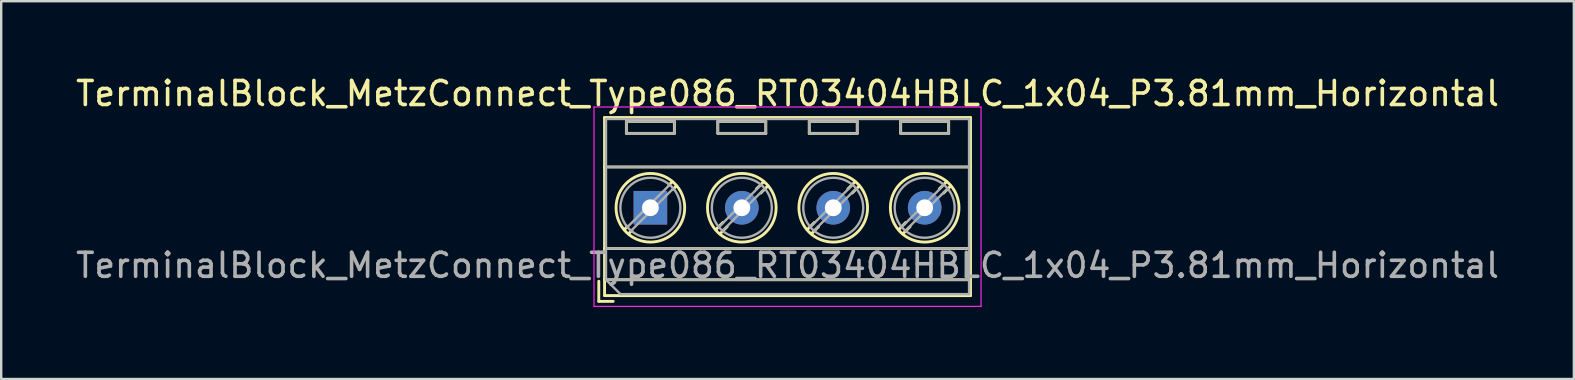
<source format=kicad_pcb>
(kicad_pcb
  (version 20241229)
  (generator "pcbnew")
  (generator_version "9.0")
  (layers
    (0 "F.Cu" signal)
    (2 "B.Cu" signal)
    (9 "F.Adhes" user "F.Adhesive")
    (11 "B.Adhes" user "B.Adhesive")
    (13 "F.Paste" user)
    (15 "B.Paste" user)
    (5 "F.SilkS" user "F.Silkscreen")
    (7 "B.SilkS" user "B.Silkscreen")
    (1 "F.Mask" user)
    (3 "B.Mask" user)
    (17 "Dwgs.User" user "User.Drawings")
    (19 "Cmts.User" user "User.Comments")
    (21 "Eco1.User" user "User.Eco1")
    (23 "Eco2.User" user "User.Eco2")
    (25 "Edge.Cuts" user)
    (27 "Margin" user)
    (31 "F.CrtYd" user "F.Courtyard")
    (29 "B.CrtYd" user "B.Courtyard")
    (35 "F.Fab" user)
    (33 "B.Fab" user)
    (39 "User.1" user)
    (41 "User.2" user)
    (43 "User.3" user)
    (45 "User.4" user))
  (footprint "TerminalBlock_MetzConnect_Type086_RT03404HBLC_1x04_P3.81mm_Horizontal"
    (layer "F.Cu")
    (at 24.053 5.608)
    (property "Reference" "TerminalBlock_MetzConnect_Type086_RT03404HBLC_1x04_P3.81mm_Horizontal" (at 5.715 -4.76 0) (layer "F.SilkS") (effects (font (size 1 1) (thickness 0.15))))
    (attr through_hole)
    (fp_line (start -2.15 3.06) (end -2.15 3.9) (stroke (width 0.12) (type solid)) (layer "F.SilkS"))
    (fp_line (start -2.15 3.9) (end -1.55 3.9) (stroke (width 0.12) (type solid)) (layer "F.SilkS"))
    (fp_line (start -1.91 -3.76) (end -1.91 3.66) (stroke (width 0.12) (type solid)) (layer "F.SilkS"))
    (fp_line (start -1.91 -3.76) (end 13.34 -3.76) (stroke (width 0.12) (type solid)) (layer "F.SilkS"))
    (fp_line (start -1.91 -1.7) (end 13.34 -1.7) (stroke (width 0.12) (type solid)) (layer "F.SilkS"))
    (fp_line (start -1.91 1.701) (end 13.34 1.701) (stroke (width 0.12) (type solid)) (layer "F.SilkS"))
    (fp_line (start -1.91 3) (end 13.34 3) (stroke (width 0.12) (type solid)) (layer "F.SilkS"))
    (fp_line (start -1.91 3.66) (end 13.34 3.66) (stroke (width 0.12) (type solid)) (layer "F.SilkS"))
    (fp_line (start -1 -3.6) (end -1 -3.1) (stroke (width 0.12) (type solid)) (layer "F.SilkS"))
    (fp_line (start -1 -3.6) (end 1 -3.6) (stroke (width 0.12) (type solid)) (layer "F.SilkS"))
    (fp_line (start -1 -3.1) (end 1 -3.1) (stroke (width 0.12) (type solid)) (layer "F.SilkS"))
    (fp_line (start -0.946 0.771) (end -1.085 0.91) (stroke (width 0.12) (type solid)) (layer "F.SilkS"))
    (fp_line (start -0.771 0.945) (end -0.911 1.085) (stroke (width 0.12) (type solid)) (layer "F.SilkS"))
    (fp_line (start 0.911 -1.085) (end 0.771 -0.945) (stroke (width 0.12) (type solid)) (layer "F.SilkS"))
    (fp_line (start 1 -3.6) (end 1 -3.1) (stroke (width 0.12) (type solid)) (layer "F.SilkS"))
    (fp_line (start 1.085 -0.91) (end 0.945 -0.771) (stroke (width 0.12) (type solid)) (layer "F.SilkS"))
    (fp_line (start 2.81 -3.6) (end 2.81 -3.1) (stroke (width 0.12) (type solid)) (layer "F.SilkS"))
    (fp_line (start 2.81 -3.6) (end 4.81 -3.6) (stroke (width 0.12) (type solid)) (layer "F.SilkS"))
    (fp_line (start 2.81 -3.1) (end 4.81 -3.1) (stroke (width 0.12) (type solid)) (layer "F.SilkS"))
    (fp_line (start 3.025 0.611) (end 2.726 0.91) (stroke (width 0.12) (type solid)) (layer "F.SilkS"))
    (fp_line (start 3.2 0.786) (end 2.9 1.085) (stroke (width 0.12) (type solid)) (layer "F.SilkS"))
    (fp_line (start 4.721 -1.085) (end 4.421 -0.786) (stroke (width 0.12) (type solid)) (layer "F.SilkS"))
    (fp_line (start 4.81 -3.6) (end 4.81 -3.1) (stroke (width 0.12) (type solid)) (layer "F.SilkS"))
    (fp_line (start 4.895 -0.91) (end 4.596 -0.611) (stroke (width 0.12) (type solid)) (layer "F.SilkS"))
    (fp_line (start 6.62 -3.6) (end 6.62 -3.1) (stroke (width 0.12) (type solid)) (layer "F.SilkS"))
    (fp_line (start 6.62 -3.6) (end 8.62 -3.6) (stroke (width 0.12) (type solid)) (layer "F.SilkS"))
    (fp_line (start 6.62 -3.1) (end 8.62 -3.1) (stroke (width 0.12) (type solid)) (layer "F.SilkS"))
    (fp_line (start 6.835 0.611) (end 6.536 0.91) (stroke (width 0.12) (type solid)) (layer "F.SilkS"))
    (fp_line (start 7.01 0.786) (end 6.71 1.085) (stroke (width 0.12) (type solid)) (layer "F.SilkS"))
    (fp_line (start 8.531 -1.085) (end 8.231 -0.786) (stroke (width 0.12) (type solid)) (layer "F.SilkS"))
    (fp_line (start 8.62 -3.6) (end 8.62 -3.1) (stroke (width 0.12) (type solid)) (layer "F.SilkS"))
    (fp_line (start 8.705 -0.91) (end 8.406 -0.611) (stroke (width 0.12) (type solid)) (layer "F.SilkS"))
    (fp_line (start 10.43 -3.6) (end 10.43 -3.1) (stroke (width 0.12) (type solid)) (layer "F.SilkS"))
    (fp_line (start 10.43 -3.6) (end 12.43 -3.6) (stroke (width 0.12) (type solid)) (layer "F.SilkS"))
    (fp_line (start 10.43 -3.1) (end 12.43 -3.1) (stroke (width 0.12) (type solid)) (layer "F.SilkS"))
    (fp_line (start 10.645 0.611) (end 10.346 0.91) (stroke (width 0.12) (type solid)) (layer "F.SilkS"))
    (fp_line (start 10.82 0.786) (end 10.52 1.085) (stroke (width 0.12) (type solid)) (layer "F.SilkS"))
    (fp_line (start 12.341 -1.085) (end 12.041 -0.786) (stroke (width 0.12) (type solid)) (layer "F.SilkS"))
    (fp_line (start 12.43 -3.6) (end 12.43 -3.1) (stroke (width 0.12) (type solid)) (layer "F.SilkS"))
    (fp_line (start 12.515 -0.91) (end 12.216 -0.611) (stroke (width 0.12) (type solid)) (layer "F.SilkS"))
    (fp_line (start 13.34 -3.76) (end 13.34 3.66) (stroke (width 0.12) (type solid)) (layer "F.SilkS"))
    (fp_circle (center 0 0) (end 1.43 0) (stroke (width 0.12) (type solid)) (fill no) (layer "F.SilkS"))
    (fp_circle (center 3.81 0) (end 5.24 0) (stroke (width 0.12) (type solid)) (fill no) (layer "F.SilkS"))
    (fp_circle (center 7.62 0) (end 9.05 0) (stroke (width 0.12) (type solid)) (fill no) (layer "F.SilkS"))
    (fp_circle (center 11.43 0) (end 12.86 0) (stroke (width 0.12) (type solid)) (fill no) (layer "F.SilkS"))
    (fp_line (start -2.35 -4.2) (end -2.35 4.11) (stroke (width 0.05) (type solid)) (layer "F.CrtYd"))
    (fp_line (start -2.35 4.11) (end 13.78 4.11) (stroke (width 0.05) (type solid)) (layer "F.CrtYd"))
    (fp_line (start 13.78 -4.2) (end -2.35 -4.2) (stroke (width 0.05) (type solid)) (layer "F.CrtYd"))
    (fp_line (start 13.78 4.11) (end 13.78 -4.2) (stroke (width 0.05) (type solid)) (layer "F.CrtYd"))
    (fp_line (start -1.85 -3.7) (end 13.28 -3.7) (stroke (width 0.1) (type solid)) (layer "F.Fab"))
    (fp_line (start -1.85 -1.7) (end 13.28 -1.7) (stroke (width 0.1) (type solid)) (layer "F.Fab"))
    (fp_line (start -1.85 1.7) (end 13.28 1.7) (stroke (width 0.1) (type solid)) (layer "F.Fab"))
    (fp_line (start -1.85 3) (end -1.85 -3.7) (stroke (width 0.1) (type solid)) (layer "F.Fab"))
    (fp_line (start -1.85 3) (end 13.28 3) (stroke (width 0.1) (type solid)) (layer "F.Fab"))
    (fp_line (start -1.25 3.6) (end -1.85 3) (stroke (width 0.1) (type solid)) (layer "F.Fab"))
    (fp_line (start -1 -3.6) (end -1 -3.1) (stroke (width 0.1) (type solid)) (layer "F.Fab"))
    (fp_line (start -1 -3.1) (end 1 -3.1) (stroke (width 0.1) (type solid)) (layer "F.Fab"))
    (fp_line (start 0.796 -0.948) (end -0.949 0.796) (stroke (width 0.1) (type solid)) (layer "F.Fab"))
    (fp_line (start 0.949 -0.796) (end -0.796 0.948) (stroke (width 0.1) (type solid)) (layer "F.Fab"))
    (fp_line (start 1 -3.6) (end -1 -3.6) (stroke (width 0.1) (type solid)) (layer "F.Fab"))
    (fp_line (start 1 -3.1) (end 1 -3.6) (stroke (width 0.1) (type solid)) (layer "F.Fab"))
    (fp_line (start 2.81 -3.6) (end 2.81 -3.1) (stroke (width 0.1) (type solid)) (layer "F.Fab"))
    (fp_line (start 2.81 -3.1) (end 4.81 -3.1) (stroke (width 0.1) (type solid)) (layer "F.Fab"))
    (fp_line (start 4.606 -0.948) (end 2.862 0.796) (stroke (width 0.1) (type solid)) (layer "F.Fab"))
    (fp_line (start 4.759 -0.796) (end 3.015 0.948) (stroke (width 0.1) (type solid)) (layer "F.Fab"))
    (fp_line (start 4.81 -3.6) (end 2.81 -3.6) (stroke (width 0.1) (type solid)) (layer "F.Fab"))
    (fp_line (start 4.81 -3.1) (end 4.81 -3.6) (stroke (width 0.1) (type solid)) (layer "F.Fab"))
    (fp_line (start 6.62 -3.6) (end 6.62 -3.1) (stroke (width 0.1) (type solid)) (layer "F.Fab"))
    (fp_line (start 6.62 -3.1) (end 8.62 -3.1) (stroke (width 0.1) (type solid)) (layer "F.Fab"))
    (fp_line (start 8.416 -0.948) (end 6.672 0.796) (stroke (width 0.1) (type solid)) (layer "F.Fab"))
    (fp_line (start 8.569 -0.796) (end 6.825 0.948) (stroke (width 0.1) (type solid)) (layer "F.Fab"))
    (fp_line (start 8.62 -3.6) (end 6.62 -3.6) (stroke (width 0.1) (type solid)) (layer "F.Fab"))
    (fp_line (start 8.62 -3.1) (end 8.62 -3.6) (stroke (width 0.1) (type solid)) (layer "F.Fab"))
    (fp_line (start 10.43 -3.6) (end 10.43 -3.1) (stroke (width 0.1) (type solid)) (layer "F.Fab"))
    (fp_line (start 10.43 -3.1) (end 12.43 -3.1) (stroke (width 0.1) (type solid)) (layer "F.Fab"))
    (fp_line (start 12.226 -0.948) (end 10.482 0.796) (stroke (width 0.1) (type solid)) (layer "F.Fab"))
    (fp_line (start 12.379 -0.796) (end 10.635 0.948) (stroke (width 0.1) (type solid)) (layer "F.Fab"))
    (fp_line (start 12.43 -3.6) (end 10.43 -3.6) (stroke (width 0.1) (type solid)) (layer "F.Fab"))
    (fp_line (start 12.43 -3.1) (end 12.43 -3.6) (stroke (width 0.1) (type solid)) (layer "F.Fab"))
    (fp_line (start 13.28 -3.7) (end 13.28 3.6) (stroke (width 0.1) (type solid)) (layer "F.Fab"))
    (fp_line (start 13.28 3.6) (end -1.25 3.6) (stroke (width 0.1) (type solid)) (layer "F.Fab"))
    (fp_circle (center 0 0) (end 1.25 0) (stroke (width 0.1) (type solid)) (fill no) (layer "F.Fab"))
    (fp_circle (center 3.81 0) (end 5.06 0) (stroke (width 0.1) (type solid)) (fill no) (layer "F.Fab"))
    (fp_circle (center 7.62 0) (end 8.87 0) (stroke (width 0.1) (type solid)) (fill no) (layer "F.Fab"))
    (fp_circle (center 11.43 0) (end 12.68 0) (stroke (width 0.1) (type solid)) (fill no) (layer "F.Fab"))
    (fp_text user "${REFERENCE}" (at 5.715 2.4 0) (layer "F.Fab") (effects (font (size 1 1) (thickness 0.15))))
    (pad "1" thru_hole rect (at 0 0) (size 1.4 1.4) (drill 0.7) (layers "*.Cu" "*.Mask"))
    (pad "2" thru_hole circle (at 3.81 0) (size 1.4 1.4) (drill 0.7) (layers "*.Cu" "*.Mask"))
    (pad "3" thru_hole circle (at 7.62 0) (size 1.4 1.4) (drill 0.7) (layers "*.Cu" "*.Mask"))
    (pad "4" thru_hole circle (at 11.43 0) (size 1.4 1.4) (drill 0.7) (layers "*.Cu" "*.Mask")))
  (gr_rect
    (start -3 -3)
    (end 62.536 12.743)
    (stroke (width 0.1) (type default))
    (fill no)
    (layer "Edge.Cuts")))
</source>
